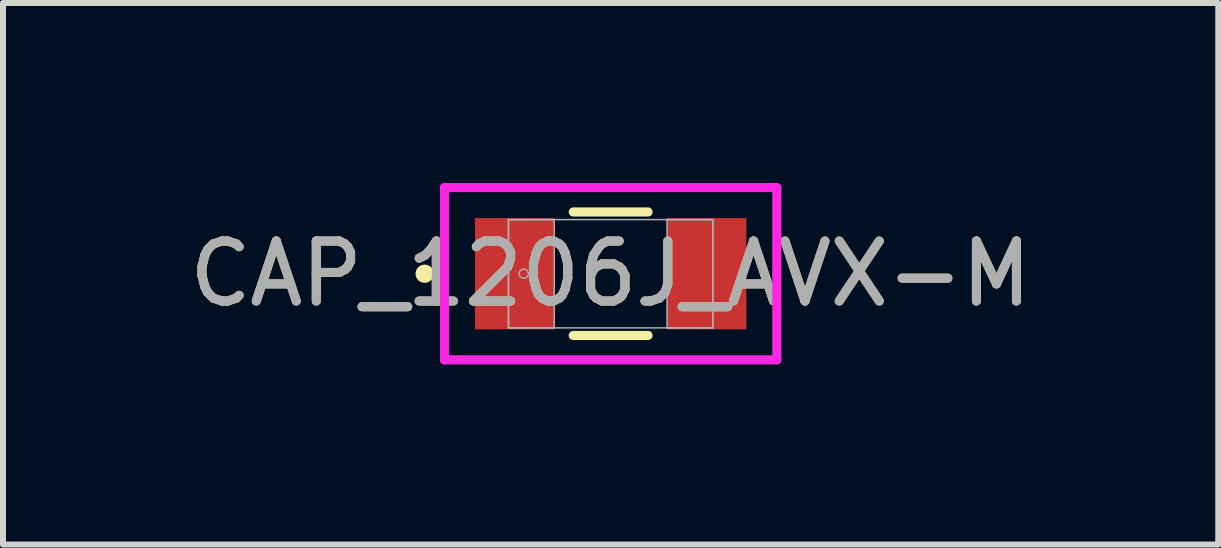
<source format=kicad_pcb>
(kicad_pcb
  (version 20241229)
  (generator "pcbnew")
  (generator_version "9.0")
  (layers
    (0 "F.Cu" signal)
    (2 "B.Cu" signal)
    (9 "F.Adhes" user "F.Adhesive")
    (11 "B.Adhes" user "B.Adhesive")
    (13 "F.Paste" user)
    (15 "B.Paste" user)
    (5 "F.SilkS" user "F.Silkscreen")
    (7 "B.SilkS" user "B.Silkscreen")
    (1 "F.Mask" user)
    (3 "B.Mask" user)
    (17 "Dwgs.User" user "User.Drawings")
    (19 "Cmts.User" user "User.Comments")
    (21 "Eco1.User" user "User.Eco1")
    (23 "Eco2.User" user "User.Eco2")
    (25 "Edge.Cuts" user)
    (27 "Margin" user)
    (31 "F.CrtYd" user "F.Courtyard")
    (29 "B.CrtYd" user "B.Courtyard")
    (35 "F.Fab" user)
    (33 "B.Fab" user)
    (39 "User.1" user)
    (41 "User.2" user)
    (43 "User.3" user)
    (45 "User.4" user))
  (footprint "CAP_1206J_AVX-M"
    (layer "F.Cu")
    (at 7.125 1.511)
    (property "Reference" "CAP_1206J_AVX-M" (at 0 0 0) (unlocked yes) (layer "F.SilkS") (effects (font (size 1 1) (thickness 0.15))))
    (attr smd)
    (fp_line (start -0.623 1.029) (end 0.623 1.029) (stroke (width 0.152) (type solid)) (layer "F.SilkS"))
    (fp_line (start 0.623 -1.029) (end -0.623 -1.029) (stroke (width 0.152) (type solid)) (layer "F.SilkS"))
    (fp_circle (center -3.099 0) (end -3.023 0) (stroke (width 0.152) (type solid)) (fill no) (layer "F.SilkS"))
    (fp_line (start -2.769 -1.435) (end 2.769 -1.435) (stroke (width 0.152) (type solid)) (layer "F.CrtYd"))
    (fp_line (start -2.769 1.435) (end -2.769 -1.435) (stroke (width 0.152) (type solid)) (layer "F.CrtYd"))
    (fp_line (start 2.769 -1.435) (end 2.769 1.435) (stroke (width 0.152) (type solid)) (layer "F.CrtYd"))
    (fp_line (start 2.769 1.435) (end -2.769 1.435) (stroke (width 0.152) (type solid)) (layer "F.CrtYd"))
    (fp_line (start -1.702 -0.902) (end -1.702 0.902) (stroke (width 0.025) (type solid)) (layer "F.Fab"))
    (fp_line (start -1.702 -0.902) (end -1.702 0.902) (stroke (width 0.025) (type solid)) (layer "F.Fab"))
    (fp_line (start -1.702 0.902) (end -0.94 0.902) (stroke (width 0.025) (type solid)) (layer "F.Fab"))
    (fp_line (start -1.702 0.902) (end 1.702 0.902) (stroke (width 0.025) (type solid)) (layer "F.Fab"))
    (fp_line (start -0.94 -0.902) (end -1.702 -0.902) (stroke (width 0.025) (type solid)) (layer "F.Fab"))
    (fp_line (start -0.94 0.902) (end -0.94 -0.902) (stroke (width 0.025) (type solid)) (layer "F.Fab"))
    (fp_line (start 0.94 -0.902) (end 0.94 0.902) (stroke (width 0.025) (type solid)) (layer "F.Fab"))
    (fp_line (start 0.94 0.902) (end 1.702 0.902) (stroke (width 0.025) (type solid)) (layer "F.Fab"))
    (fp_line (start 1.702 -0.902) (end -1.702 -0.902) (stroke (width 0.025) (type solid)) (layer "F.Fab"))
    (fp_line (start 1.702 -0.902) (end 0.94 -0.902) (stroke (width 0.025) (type solid)) (layer "F.Fab"))
    (fp_line (start 1.702 0.902) (end 1.702 -0.902) (stroke (width 0.025) (type solid)) (layer "F.Fab"))
    (fp_line (start 1.702 0.902) (end 1.702 -0.902) (stroke (width 0.025) (type solid)) (layer "F.Fab"))
    (fp_circle (center -1.448 0) (end -1.372 0) (stroke (width 0.025) (type solid)) (fill no) (layer "F.Fab"))
    (fp_text user "${REFERENCE}" (at 0 0 0) (unlocked yes) (layer "F.Fab") (effects (font (size 1 1) (thickness 0.15))))
    (pad "1" smd rect (at -1.6 0) (size 1.321 1.854) (layers "F.Cu" "F.Mask" "F.Paste"))
    (pad "2" smd rect (at 1.6 0) (size 1.321 1.854) (layers "F.Cu" "F.Mask" "F.Paste"))
    (zone (net_name "") (layer "F.Cu") (hatch full 0.508) (connect_pads) (min_thickness 0.254) (filled_areas_thickness no) (keepout (tracks not_allowed) (vias not_allowed) (pads allowed) (copperpour not_allowed) (footprints allowed)) (placement (enabled no)) (fill) (polygon (pts (xy 6.236 0.66) (xy 8.014 0.66) (xy 8.014 2.362) (xy 6.236 2.362)))))
  (gr_rect
    (start -3 -3)
    (end 17.25 6.023)
    (stroke (width 0.1) (type default))
    (fill no)
    (layer "Edge.Cuts")))
</source>
